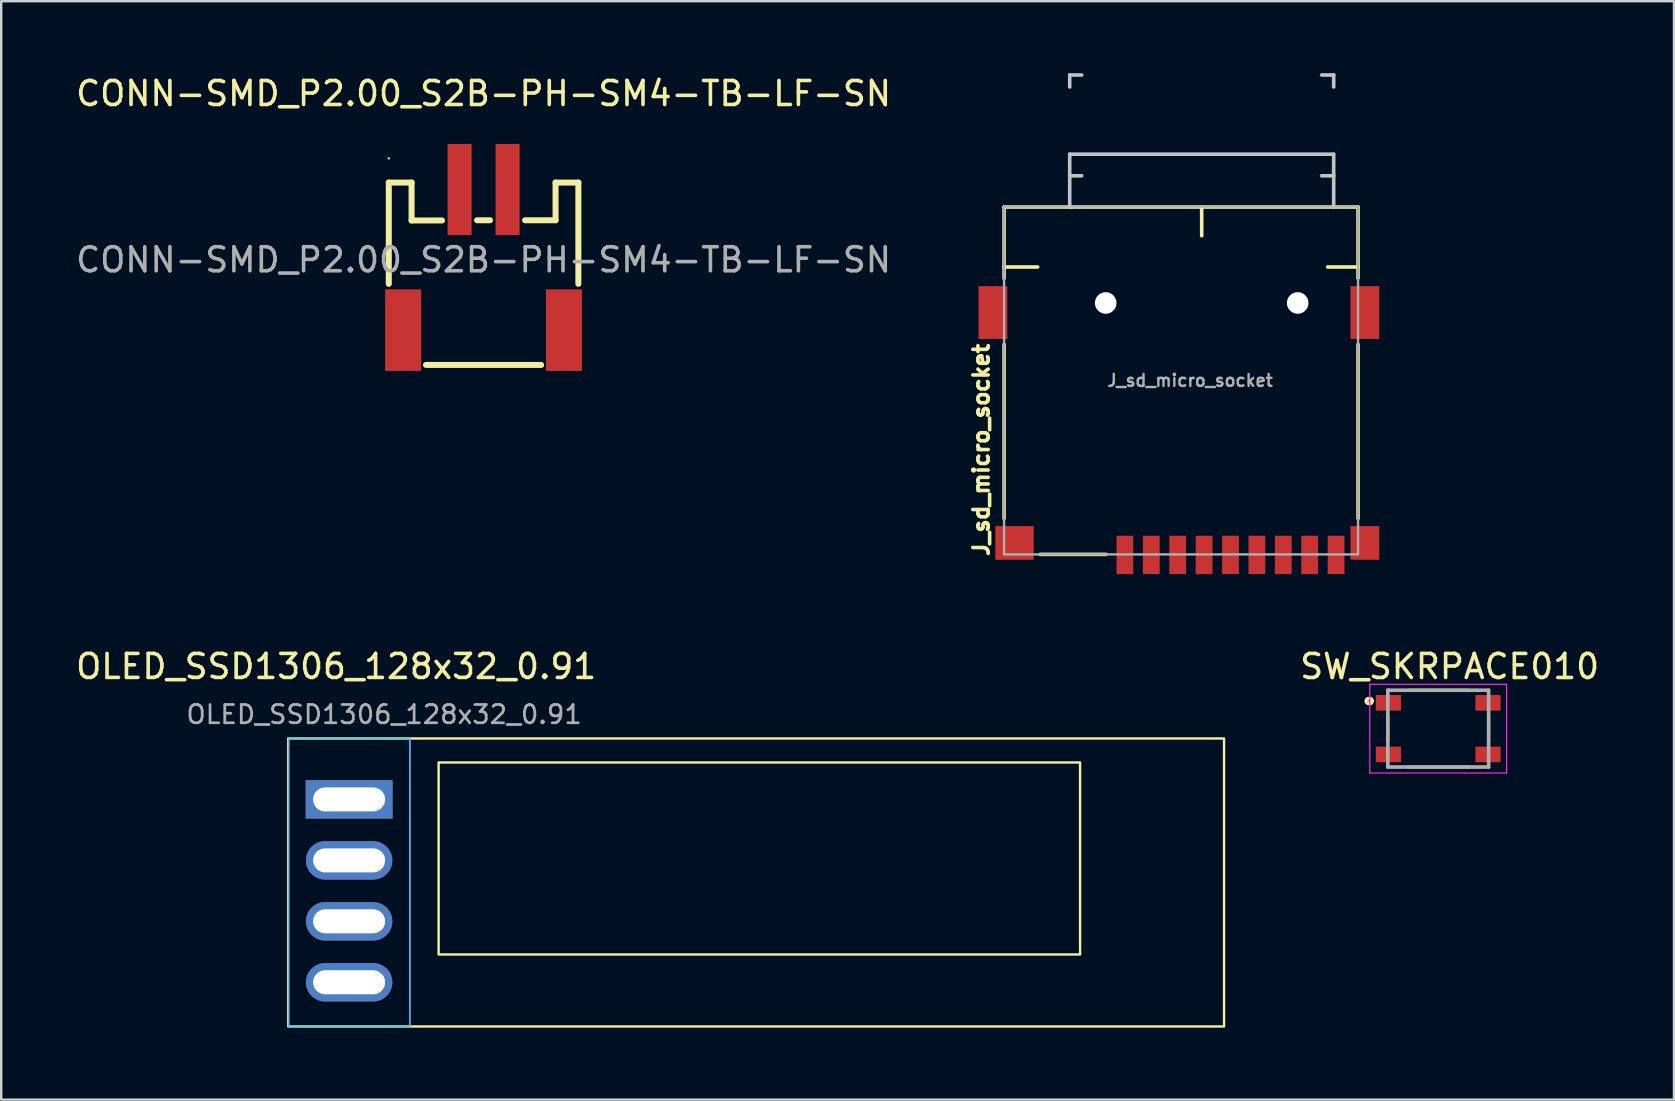
<source format=kicad_pcb>
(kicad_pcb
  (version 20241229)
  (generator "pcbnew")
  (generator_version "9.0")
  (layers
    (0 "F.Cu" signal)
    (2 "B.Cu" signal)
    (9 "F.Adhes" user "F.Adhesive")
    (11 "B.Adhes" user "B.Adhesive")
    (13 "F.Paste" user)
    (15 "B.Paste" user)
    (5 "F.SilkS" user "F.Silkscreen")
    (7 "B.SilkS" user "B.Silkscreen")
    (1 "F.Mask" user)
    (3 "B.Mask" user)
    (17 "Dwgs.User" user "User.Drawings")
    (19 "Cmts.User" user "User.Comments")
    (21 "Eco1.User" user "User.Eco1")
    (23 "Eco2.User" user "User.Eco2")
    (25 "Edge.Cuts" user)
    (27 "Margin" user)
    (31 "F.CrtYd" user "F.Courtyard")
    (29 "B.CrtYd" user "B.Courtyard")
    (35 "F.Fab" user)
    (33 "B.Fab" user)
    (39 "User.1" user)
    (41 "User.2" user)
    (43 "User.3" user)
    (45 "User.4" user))
  (footprint "OLED_SSD1306_128x32_0.91"
    (layer "F.Cu")
    (at 8.958 27.723)
    (property "Reference" "OLED_SSD1306_128x32_0.91" (at 2 -3 0) (layer "F.SilkS") (effects (font (size 1 1) (thickness 0.15))))
    (attr through_hole)
    (fp_rect (start 0 0) (end 39 12) (stroke (width 0.1) (type default)) (fill no) (layer "F.SilkS"))
    (fp_rect (start 6.27 1) (end 33 9) (stroke (width 0.1) (type default)) (fill no) (layer "F.SilkS"))
    (fp_rect (start 0 0) (end 5.072 12) (stroke (width 0.05) (type default)) (fill no) (layer "B.CrtYd"))
    (fp_rect (start 0.02 0) (end 5.08 12.001) (stroke (width 0.05) (type default)) (fill no) (layer "F.CrtYd"))
    (fp_text user "${REFERENCE}" (at 4 -1 180) (layer "F.Fab") (effects (font (size 0.76 0.76) (thickness 0.114))))
    (pad "1" thru_hole rect (at 2.54 2.54) (size 3.62 1.6) (drill oval 3 1) (layers "*.Cu" "*.Mask"))
    (pad "2" thru_hole oval (at 2.54 5.08) (size 3.6 1.6) (drill oval 3 1) (layers "*.Cu" "*.Mask"))
    (pad "3" thru_hole oval (at 2.54 7.62) (size 3.6 1.6) (drill oval 3 1) (layers "*.Cu" "*.Mask"))
    (pad "4" thru_hole oval (at 2.54 10.16) (size 3.6 1.6) (drill oval 3 1) (layers "*.Cu" "*.Mask")))
  (footprint "J_sd_micro_socket"
    (layer "F.Cu")
    (at 47.041 13.053)
    (property "Reference" "J_sd_micro_socket" (at -9.201 2.645 270) (layer "F.SilkS") (effects (font (size 0.64 0.64) (thickness 0.15))))
    (attr smd)
    (fp_line (start -8.25 -7.478) (end -8.25 -4.978) (stroke (width 0.15) (type solid)) (layer "F.SilkS"))
    (fp_line (start -8.25 -4.978) (end -8.25 -4.5) (stroke (width 0.15) (type default)) (layer "F.SilkS"))
    (fp_line (start -8.25 -1.75) (end -8.25 5.5) (stroke (width 0.15) (type default)) (layer "F.SilkS"))
    (fp_line (start -6.85 -4.978) (end -8.25 -4.978) (stroke (width 0.15) (type solid)) (layer "F.SilkS"))
    (fp_line (start -6.75 7) (end -4 7) (stroke (width 0.15) (type default)) (layer "F.SilkS"))
    (fp_line (start -5.45 -7.478) (end -8.25 -7.478) (stroke (width 0.15) (type solid)) (layer "F.SilkS"))
    (fp_line (start -0.015 -7.478) (end -5.515 -7.478) (stroke (width 0.15) (type solid)) (layer "F.SilkS"))
    (fp_line (start -0.015 -6.278) (end -0.015 -7.478) (stroke (width 0.15) (type solid)) (layer "F.SilkS"))
    (fp_line (start 5.235 -4.978) (end 6.5 -4.978) (stroke (width 0.15) (type solid)) (layer "F.SilkS"))
    (fp_line (start 5.485 -7.478) (end -0.015 -7.478) (stroke (width 0.15) (type solid)) (layer "F.SilkS"))
    (fp_line (start 6.5 -7.478) (end 5.485 -7.478) (stroke (width 0.15) (type solid)) (layer "F.SilkS"))
    (fp_line (start 6.5 -7.478) (end 6.5 -4.978) (stroke (width 0.15) (type solid)) (layer "F.SilkS"))
    (fp_line (start 6.5 -4.989) (end 6.5 -4.511) (stroke (width 0.15) (type default)) (layer "F.SilkS"))
    (fp_line (start 6.5 -1.75) (end 6.5 5.5) (stroke (width 0.15) (type default)) (layer "F.SilkS"))
    (fp_line (start -5.515 -12.978) (end -5.515 -12.478) (stroke (width 0.15) (type solid)) (layer "Dwgs.User"))
    (fp_line (start -5.515 -9.678) (end -5.515 -8.778) (stroke (width 0.15) (type solid)) (layer "Dwgs.User"))
    (fp_line (start -5.515 -8.778) (end -5.515 -7.478) (stroke (width 0.15) (type solid)) (layer "Dwgs.User"))
    (fp_line (start -5.015 -12.978) (end -5.515 -12.978) (stroke (width 0.15) (type solid)) (layer "Dwgs.User"))
    (fp_line (start -5.015 -8.778) (end -5.515 -8.778) (stroke (width 0.15) (type solid)) (layer "Dwgs.User"))
    (fp_line (start 4.985 -12.978) (end 5.485 -12.978) (stroke (width 0.15) (type solid)) (layer "Dwgs.User"))
    (fp_line (start 4.985 -8.778) (end 5.485 -8.778) (stroke (width 0.15) (type solid)) (layer "Dwgs.User"))
    (fp_line (start 5.485 -12.978) (end 5.485 -12.478) (stroke (width 0.15) (type solid)) (layer "Dwgs.User"))
    (fp_line (start 5.485 -9.678) (end -5.515 -9.678) (stroke (width 0.15) (type solid)) (layer "Dwgs.User"))
    (fp_line (start 5.485 -9.678) (end 5.485 -8.778) (stroke (width 0.15) (type solid)) (layer "Dwgs.User"))
    (fp_line (start 5.485 -8.778) (end 5.485 -7.478) (stroke (width 0.15) (type solid)) (layer "Dwgs.User"))
    (fp_rect (start -8.25 -7.5) (end 6.5 7) (stroke (width 0.1) (type solid)) (fill no) (layer "F.Fab"))
    (fp_text user "${REFERENCE}" (at -0.5 -0.25 0) (layer "F.Fab") (effects (font (size 0.5 0.5) (thickness 0.1))))
    (pad "" np_thru_hole circle (at -4.015 -3.478) (size 0.9 0.9) (drill 0.9) (layers "*.Cu" "*.Mask"))
    (pad "" np_thru_hole circle (at 3.985 -3.478) (size 0.9 0.9) (drill 0.9) (layers "*.Cu" "*.Mask"))
    (pad "1" smd rect (at -3.215 7.022) (size 0.7 1.6) (layers "F.Cu" "F.Mask" "F.Paste"))
    (pad "2" smd rect (at -2.115 7.022) (size 0.7 1.6) (layers "F.Cu" "F.Mask" "F.Paste"))
    (pad "3" smd rect (at -1.015 7.022) (size 0.7 1.6) (layers "F.Cu" "F.Mask" "F.Paste"))
    (pad "4" smd rect (at 0.085 7.022) (size 0.7 1.6) (layers "F.Cu" "F.Mask" "F.Paste"))
    (pad "5" smd rect (at 1.185 7.022) (size 0.7 1.6) (layers "F.Cu" "F.Mask" "F.Paste"))
    (pad "6" smd rect (at 2.285 7.022) (size 0.7 1.6) (layers "F.Cu" "F.Mask" "F.Paste"))
    (pad "7" smd rect (at 3.385 7.022) (size 0.7 1.6) (layers "F.Cu" "F.Mask" "F.Paste"))
    (pad "8" smd rect (at 4.485 7.022) (size 0.7 1.6) (layers "F.Cu" "F.Mask" "F.Paste"))
    (pad "9" smd rect (at 5.585 7.022) (size 0.7 1.6) (layers "F.Cu" "F.Mask" "F.Paste"))
    (pad "10" smd rect (at -8.715 -3.078) (size 1.2 2.2) (layers "F.Cu" "F.Mask" "F.Paste"))
    (pad "10" smd rect (at -7.815 6.522) (size 1.6 1.4) (layers "F.Cu" "F.Mask" "F.Paste"))
    (pad "10" smd rect (at 6.785 -3.078) (size 1.2 2.2) (layers "F.Cu" "F.Mask" "F.Paste"))
    (pad "10" smd rect (at 6.785 6.522) (size 1.2 1.4) (layers "F.Cu" "F.Mask" "F.Paste")))
  (footprint "SW_SKRPACE010"
    (layer "F.Cu")
    (at 56.882 27.313)
    (property "Reference" "SW_SKRPACE010" (at 0.476 -2.589 0) (layer "F.SilkS") (effects (font (size 1.002 1.002) (thickness 0.15))))
    (attr smd)
    (fp_line (start -2.1 -0.5) (end -2.1 0.5) (stroke (width 0.127) (type solid)) (layer "F.SilkS"))
    (fp_line (start -1.25 -1.6) (end 1.25 -1.6) (stroke (width 0.127) (type solid)) (layer "F.SilkS"))
    (fp_line (start -1.25 1.6) (end 1.25 1.6) (stroke (width 0.127) (type solid)) (layer "F.SilkS"))
    (fp_line (start 2.1 -0.5) (end 2.1 0.5) (stroke (width 0.127) (type solid)) (layer "F.SilkS"))
    (fp_circle (center -2.9 -1.15) (end -2.788 -1.15) (stroke (width 0.127) (type solid)) (fill no) (layer "F.SilkS"))
    (fp_circle (center -2.85 -1.15) (end -2.8 -1.15) (stroke (width 0.127) (type solid)) (fill no) (layer "F.SilkS"))
    (fp_line (start -2.85 -1.85) (end 2.85 -1.85) (stroke (width 0.05) (type solid)) (layer "F.CrtYd"))
    (fp_line (start -2.85 1.85) (end -2.85 -1.85) (stroke (width 0.05) (type solid)) (layer "F.CrtYd"))
    (fp_line (start 2.85 -1.85) (end 2.85 1.85) (stroke (width 0.05) (type solid)) (layer "F.CrtYd"))
    (fp_line (start 2.85 1.85) (end -2.85 1.85) (stroke (width 0.05) (type solid)) (layer "F.CrtYd"))
    (fp_line (start -2.1 -1.6) (end 2.1 -1.6) (stroke (width 0.152) (type solid)) (layer "F.Fab"))
    (fp_line (start -2.1 1.6) (end -2.1 -1.6) (stroke (width 0.152) (type solid)) (layer "F.Fab"))
    (fp_line (start 2.1 -1.6) (end 2.1 1.6) (stroke (width 0.152) (type solid)) (layer "F.Fab"))
    (fp_line (start 2.1 1.6) (end -2.1 1.6) (stroke (width 0.152) (type solid)) (layer "F.Fab"))
    (pad "1" smd rect (at -2.075 -1.075) (size 1.05 0.65) (layers "F.Cu" "F.Mask" "F.Paste"))
    (pad "2" smd rect (at 2.075 -1.075) (size 1.05 0.65) (layers "F.Cu" "F.Mask" "F.Paste"))
    (pad "3" smd rect (at -2.075 1.075) (size 1.05 0.65) (layers "F.Cu" "F.Mask" "F.Paste"))
    (pad "4" smd rect (at 2.075 1.075) (size 1.05 0.65) (layers "F.Cu" "F.Mask" "F.Paste")))
  (footprint "CONN-SMD_P2.00_S2B-PH-SM4-TB-LF-SN"
    (layer "F.Cu")
    (at 17.101 7.778)
    (property "Reference" "CONN-SMD_P2.00_S2B-PH-SM4-TB-LF-SN" (at 0 -6.93 0) (layer "F.SilkS") (effects (font (size 1 1) (thickness 0.15))))
    (attr smd)
    (fp_line (start -3.95 -3.22) (end -3.95 1) (stroke (width 0.25) (type solid)) (layer "F.SilkS"))
    (fp_line (start -3 -3.22) (end -3.95 -3.22) (stroke (width 0.25) (type solid)) (layer "F.SilkS"))
    (fp_line (start -3 -1.64) (end -3 -3.22) (stroke (width 0.25) (type solid)) (layer "F.SilkS"))
    (fp_line (start -1.73 -1.64) (end -3 -1.64) (stroke (width 0.25) (type solid)) (layer "F.SilkS"))
    (fp_line (start 0.27 -1.65) (end -0.27 -1.65) (stroke (width 0.25) (type solid)) (layer "F.SilkS"))
    (fp_line (start 2.4 4.38) (end -2.4 4.38) (stroke (width 0.25) (type solid)) (layer "F.SilkS"))
    (fp_line (start 3 -3.22) (end 3 -1.65) (stroke (width 0.25) (type solid)) (layer "F.SilkS"))
    (fp_line (start 3 -1.65) (end 1.73 -1.65) (stroke (width 0.25) (type solid)) (layer "F.SilkS"))
    (fp_line (start 3.95 -3.22) (end 3 -3.22) (stroke (width 0.25) (type solid)) (layer "F.SilkS"))
    (fp_line (start 3.95 -3.22) (end 3.95 1) (stroke (width 0.25) (type solid)) (layer "F.SilkS"))
    (fp_circle (center -3.95 -4.23) (end -3.92 -4.23) (stroke (width 0.06) (type solid)) (fill no) (layer "F.Fab"))
    (fp_text user "${REFERENCE}" (at 0 0 0) (layer "F.Fab") (effects (font (size 1 1) (thickness 0.15))))
    (pad "1" smd rect (at -1 -2.93) (size 1 3.8) (layers "F.Cu" "F.Mask" "F.Paste"))
    (pad "2" smd rect (at 1 -2.93) (size 1 3.8) (layers "F.Cu" "F.Mask" "F.Paste"))
    (pad "SH" smd rect (at -3.35 2.93) (size 1.5 3.4) (layers "F.Cu" "F.Mask" "F.Paste"))
    (pad "SH" smd rect (at 3.35 2.93) (size 1.5 3.4) (layers "F.Cu" "F.Mask" "F.Paste")))
  (gr_rect
    (start -3 -3)
    (end 66.706 42.773)
    (stroke (width 0.1) (type default))
    (fill no)
    (layer "Edge.Cuts")))
</source>
